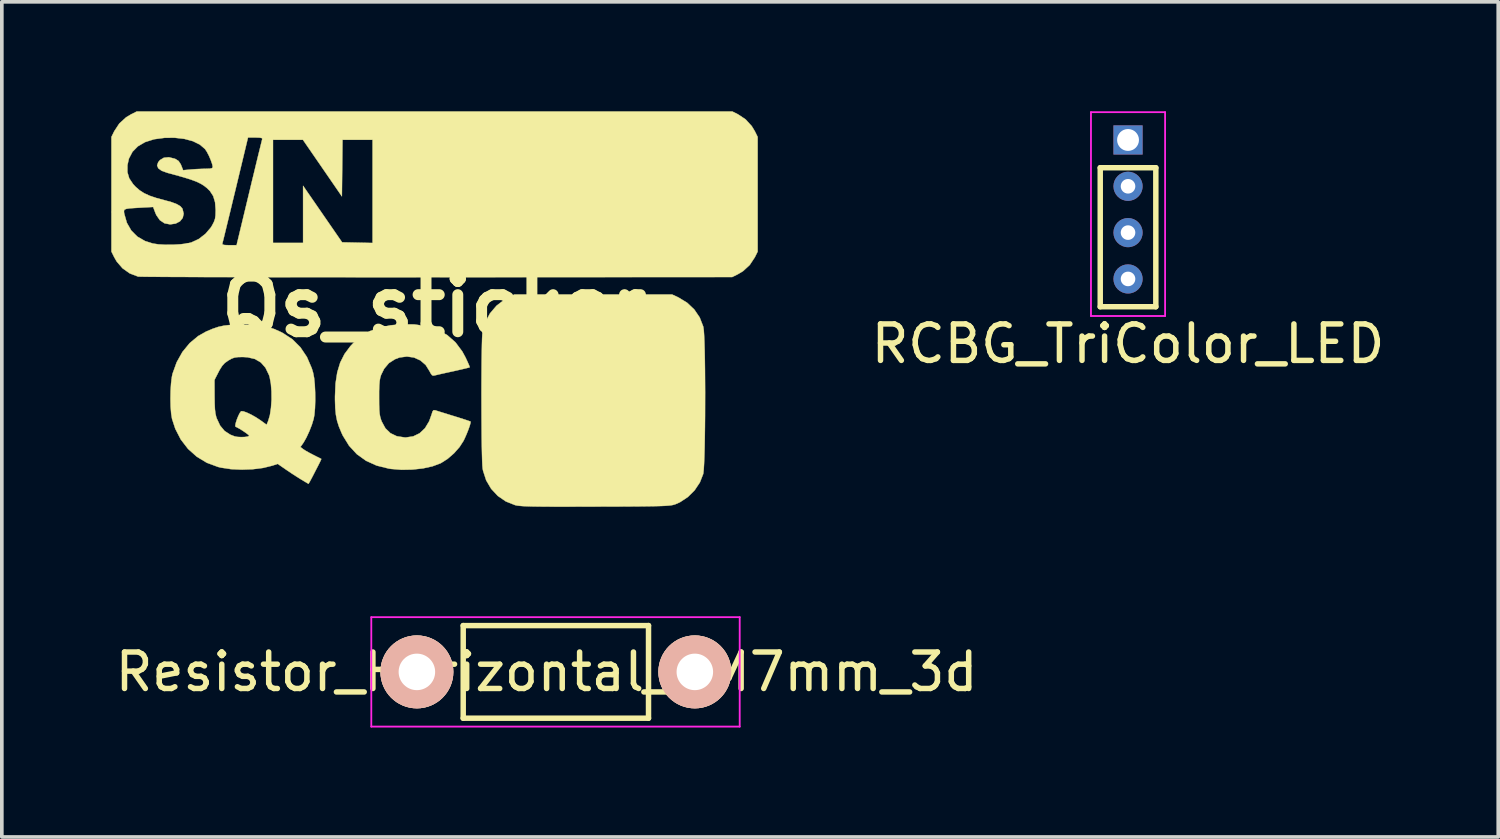
<source format=kicad_pcb>
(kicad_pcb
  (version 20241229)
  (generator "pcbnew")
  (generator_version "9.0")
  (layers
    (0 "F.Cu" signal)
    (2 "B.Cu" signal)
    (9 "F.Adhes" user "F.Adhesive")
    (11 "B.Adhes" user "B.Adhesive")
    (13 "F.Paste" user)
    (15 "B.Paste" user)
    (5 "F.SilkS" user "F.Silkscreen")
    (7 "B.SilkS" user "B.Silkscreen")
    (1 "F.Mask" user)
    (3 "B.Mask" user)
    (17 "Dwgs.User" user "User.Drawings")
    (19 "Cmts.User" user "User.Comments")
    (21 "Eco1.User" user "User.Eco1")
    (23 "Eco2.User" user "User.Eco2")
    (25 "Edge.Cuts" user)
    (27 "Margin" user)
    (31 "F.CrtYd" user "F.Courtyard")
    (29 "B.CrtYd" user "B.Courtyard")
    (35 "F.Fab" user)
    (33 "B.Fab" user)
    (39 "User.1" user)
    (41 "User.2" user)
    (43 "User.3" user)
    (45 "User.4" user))
  (footprint "Qs_sticker"
    (layer "F.Cu")
    (at 8.847 5.355)
    (property "Reference" "Qs_sticker" (at 0 0 0) (layer "F.SilkS") (effects (font (size 1.524 1.524) (thickness 0.3))))
    (attr through_hole)
    (fp_poly (pts (xy 6.705 -0.249) (xy 6.94 -0.106) (xy 7.136 0.079) (xy 7.285 0.298) (xy 7.38 0.542) (xy 7.386 0.567) (xy 7.397 0.646) (xy 7.406 0.78) (xy 7.414 0.963) (xy 7.421 1.188) (xy 7.426 1.446) (xy 7.43 1.732) (xy 7.432 2.037) (xy 7.434 2.354) (xy 7.433 2.676) (xy 7.432 2.996) (xy 7.429 3.306) (xy 7.425 3.6) (xy 7.42 3.87) (xy 7.413 4.108) (xy 7.405 4.308) (xy 7.396 4.462) (xy 7.386 4.563) (xy 7.381 4.589) (xy 7.29 4.821) (xy 7.147 5.035) (xy 6.962 5.219) (xy 6.746 5.362) (xy 6.62 5.418) (xy 6.584 5.43) (xy 6.544 5.44) (xy 6.493 5.449) (xy 6.427 5.456) (xy 6.342 5.462) (xy 6.231 5.467) (xy 6.09 5.471) (xy 5.915 5.474) (xy 5.7 5.477) (xy 5.441 5.479) (xy 5.131 5.481) (xy 4.767 5.482) (xy 4.429 5.483) (xy 4.008 5.484) (xy 3.646 5.485) (xy 3.337 5.485) (xy 3.078 5.484) (xy 2.863 5.482) (xy 2.688 5.479) (xy 2.547 5.475) (xy 2.437 5.47) (xy 2.352 5.463) (xy 2.288 5.456) (xy 2.239 5.446) (xy 2.223 5.442) (xy 1.971 5.342) (xy 1.751 5.191) (xy 1.569 4.996) (xy 1.432 4.764) (xy 1.347 4.503) (xy 1.335 4.441) (xy 1.328 4.365) (xy 1.322 4.233) (xy 1.317 4.053) (xy 1.312 3.832) (xy 1.308 3.578) (xy 1.306 3.299) (xy 1.304 3.001) (xy 1.303 2.692) (xy 1.302 2.381) (xy 1.303 2.074) (xy 1.305 1.779) (xy 1.307 1.504) (xy 1.311 1.256) (xy 1.315 1.042) (xy 1.32 0.871) (xy 1.326 0.75) (xy 1.332 0.693) (xy 1.406 0.429) (xy 1.535 0.188) (xy 1.713 -0.022) (xy 1.931 -0.19) (xy 2.018 -0.238) (xy 2.207 -0.333) (xy 6.525 -0.333) (xy 6.705 -0.249)) (stroke (width 0.01) (type solid)) (fill yes) (layer "F.SilkS"))
    (fp_poly (pts (xy -0.538 0.489) (xy -0.196 0.539) (xy 0.105 0.637) (xy 0.367 0.784) (xy 0.59 0.981) (xy 0.775 1.228) (xy 0.862 1.388) (xy 0.917 1.505) (xy 0.958 1.598) (xy 0.979 1.654) (xy 0.98 1.665) (xy 0.946 1.675) (xy 0.862 1.696) (xy 0.738 1.725) (xy 0.585 1.76) (xy 0.508 1.777) (xy 0.342 1.813) (xy 0.194 1.846) (xy 0.079 1.873) (xy 0.008 1.889) (xy -0.006 1.893) (xy -0.05 1.884) (xy -0.094 1.824) (xy -0.12 1.772) (xy -0.227 1.601) (xy -0.373 1.475) (xy -0.548 1.396) (xy -0.741 1.369) (xy -0.942 1.395) (xy -1.067 1.442) (xy -1.236 1.55) (xy -1.366 1.705) (xy -1.45 1.875) (xy -1.473 1.949) (xy -1.489 2.041) (xy -1.499 2.162) (xy -1.504 2.324) (xy -1.504 2.492) (xy -1.503 2.685) (xy -1.499 2.828) (xy -1.49 2.935) (xy -1.475 3.02) (xy -1.452 3.098) (xy -1.433 3.149) (xy -1.332 3.336) (xy -1.194 3.47) (xy -1.019 3.554) (xy -0.806 3.587) (xy -0.769 3.588) (xy -0.569 3.558) (xy -0.393 3.473) (xy -0.246 3.334) (xy -0.132 3.145) (xy -0.065 2.959) (xy -0.039 2.875) (xy -0.011 2.841) (xy 0.03 2.842) (xy 0.041 2.845) (xy 0.096 2.863) (xy 0.198 2.895) (xy 0.335 2.937) (xy 0.494 2.987) (xy 0.552 3.004) (xy 0.709 3.054) (xy 0.843 3.096) (xy 0.943 3.13) (xy 0.997 3.149) (xy 1.004 3.153) (xy 1.002 3.189) (xy 0.98 3.269) (xy 0.942 3.377) (xy 0.894 3.498) (xy 0.841 3.617) (xy 0.809 3.683) (xy 0.699 3.853) (xy 0.548 4.023) (xy 0.374 4.174) (xy 0.197 4.287) (xy 0.18 4.296) (xy -0.039 4.378) (xy -0.301 4.436) (xy -0.59 4.468) (xy -0.888 4.474) (xy -1.18 4.45) (xy -1.238 4.441) (xy -1.57 4.359) (xy -1.862 4.227) (xy -2.114 4.046) (xy -2.327 3.815) (xy -2.499 3.536) (xy -2.535 3.459) (xy -2.606 3.288) (xy -2.656 3.13) (xy -2.688 2.967) (xy -2.706 2.782) (xy -2.713 2.557) (xy -2.713 2.461) (xy -2.698 2.107) (xy -2.651 1.802) (xy -2.57 1.535) (xy -2.452 1.3) (xy -2.293 1.087) (xy -2.208 0.996) (xy -1.995 0.813) (xy -1.76 0.674) (xy -1.494 0.575) (xy -1.189 0.513) (xy -0.921 0.488) (xy -0.538 0.489)) (stroke (width 0.01) (type solid)) (fill yes) (layer "F.SilkS"))
    (fp_poly (pts (xy -4.962 0.5) (xy -4.746 0.52) (xy -4.559 0.556) (xy -4.383 0.614) (xy -4.202 0.695) (xy -4.143 0.725) (xy -3.881 0.897) (xy -3.661 1.117) (xy -3.483 1.382) (xy -3.35 1.691) (xy -3.314 1.81) (xy -3.286 1.953) (xy -3.267 2.14) (xy -3.257 2.354) (xy -3.255 2.575) (xy -3.262 2.786) (xy -3.278 2.967) (xy -3.299 3.08) (xy -3.348 3.241) (xy -3.417 3.417) (xy -3.495 3.586) (xy -3.572 3.723) (xy -3.591 3.751) (xy -3.661 3.85) (xy -3.585 3.908) (xy -3.518 3.952) (xy -3.415 4.01) (xy -3.302 4.069) (xy -3.201 4.12) (xy -3.124 4.158) (xy -3.089 4.176) (xy -3.088 4.176) (xy -3.099 4.204) (xy -3.132 4.274) (xy -3.182 4.373) (xy -3.242 4.489) (xy -3.303 4.608) (xy -3.36 4.717) (xy -3.406 4.803) (xy -3.434 4.851) (xy -3.439 4.858) (xy -3.467 4.843) (xy -3.535 4.803) (xy -3.628 4.747) (xy -3.635 4.743) (xy -3.757 4.667) (xy -3.902 4.573) (xy -4.04 4.48) (xy -4.055 4.47) (xy -4.283 4.312) (xy -4.436 4.362) (xy -4.684 4.423) (xy -4.97 4.459) (xy -5.272 4.47) (xy -5.569 4.456) (xy -5.839 4.415) (xy -5.921 4.395) (xy -6.228 4.281) (xy -6.504 4.114) (xy -6.743 3.9) (xy -6.941 3.643) (xy -7.092 3.349) (xy -7.18 3.08) (xy -7.204 2.934) (xy -7.219 2.745) (xy -7.224 2.531) (xy -7.22 2.311) (xy -7.207 2.104) (xy -7.195 2.01) (xy -6.017 2.01) (xy -6.015 2.457) (xy -6.012 2.66) (xy -6.005 2.813) (xy -5.991 2.929) (xy -5.97 3.022) (xy -5.956 3.064) (xy -5.863 3.262) (xy -5.742 3.408) (xy -5.583 3.512) (xy -5.461 3.559) (xy -5.383 3.573) (xy -5.285 3.578) (xy -5.187 3.575) (xy -5.108 3.564) (xy -5.068 3.546) (xy -5.067 3.54) (xy -5.093 3.511) (xy -5.157 3.462) (xy -5.242 3.404) (xy -5.332 3.348) (xy -5.408 3.307) (xy -5.44 3.293) (xy -5.447 3.261) (xy -5.433 3.19) (xy -5.404 3.097) (xy -5.366 3.002) (xy -5.326 2.921) (xy -5.291 2.873) (xy -5.283 2.868) (xy -5.226 2.872) (xy -5.132 2.905) (xy -5.013 2.961) (xy -4.885 3.033) (xy -4.762 3.113) (xy -4.747 3.124) (xy -4.588 3.239) (xy -4.545 3.136) (xy -4.498 2.978) (xy -4.468 2.778) (xy -4.452 2.554) (xy -4.454 2.325) (xy -4.471 2.111) (xy -4.505 1.93) (xy -4.523 1.875) (xy -4.619 1.676) (xy -4.747 1.531) (xy -4.91 1.436) (xy -5.114 1.389) (xy -5.241 1.382) (xy -5.374 1.385) (xy -5.468 1.398) (xy -5.548 1.427) (xy -5.638 1.478) (xy -5.734 1.546) (xy -5.807 1.626) (xy -5.877 1.738) (xy -5.905 1.792) (xy -6.017 2.01) (xy -7.195 2.01) (xy -7.185 1.928) (xy -7.167 1.841) (xy -7.053 1.525) (xy -6.895 1.243) (xy -6.697 1.002) (xy -6.463 0.807) (xy -6.249 0.686) (xy -6.073 0.611) (xy -5.914 0.557) (xy -5.754 0.522) (xy -5.577 0.502) (xy -5.363 0.494) (xy -5.223 0.494) (xy -4.962 0.5)) (stroke (width 0.01) (type solid)) (fill yes) (layer "F.SilkS"))
    (fp_poly (pts (xy 8.333 -5.272) (xy 8.543 -5.133) (xy 8.712 -4.948) (xy 8.796 -4.809) (xy 8.874 -4.651) (xy 8.874 -1.508) (xy 8.796 -1.351) (xy 8.657 -1.141) (xy 8.472 -0.971) (xy 8.333 -0.888) (xy 8.176 -0.81) (xy 0.079 -0.805) (xy -0.634 -0.804) (xy -1.332 -0.804) (xy -2.011 -0.804) (xy -2.668 -0.805) (xy -3.302 -0.805) (xy -3.908 -0.805) (xy -4.484 -0.806) (xy -5.029 -0.807) (xy -5.538 -0.808) (xy -6.009 -0.809) (xy -6.441 -0.81) (xy -6.828 -0.812) (xy -7.171 -0.813) (xy -7.464 -0.815) (xy -7.706 -0.816) (xy -7.895 -0.818) (xy -8.026 -0.82) (xy -8.099 -0.822) (xy -8.112 -0.823) (xy -8.34 -0.91) (xy -8.539 -1.051) (xy -8.699 -1.237) (xy -8.764 -1.351) (xy -8.842 -1.508) (xy -8.842 -2.593) (xy -8.498 -2.593) (xy -8.491 -2.547) (xy -8.419 -2.296) (xy -8.299 -2.086) (xy -8.132 -1.919) (xy -7.921 -1.797) (xy -7.71 -1.73) (xy -7.555 -1.706) (xy -7.363 -1.695) (xy -7.155 -1.696) (xy -6.951 -1.708) (xy -6.835 -1.722) (xy -5.803 -1.722) (xy -5.792 -1.7) (xy -5.735 -1.687) (xy -5.622 -1.683) (xy -5.614 -1.683) (xy -5.411 -1.683) (xy -5.066 -3.119) (xy -4.996 -3.412) (xy -4.929 -3.687) (xy -4.869 -3.937) (xy -4.816 -4.156) (xy -4.771 -4.337) (xy -4.737 -4.476) (xy -4.715 -4.564) (xy -4.713 -4.572) (xy -4.413 -4.572) (xy -4.413 -1.746) (xy -3.588 -1.746) (xy -3.588 -3.312) (xy -3.053 -2.537) (xy -2.518 -1.762) (xy -2.101 -1.753) (xy -1.683 -1.744) (xy -1.683 -4.572) (xy -2.095 -4.572) (xy -2.507 -4.572) (xy -2.524 -3.021) (xy -3.058 -3.797) (xy -3.592 -4.572) (xy -4.413 -4.572) (xy -4.713 -4.572) (xy -4.707 -4.596) (xy -4.717 -4.619) (xy -4.774 -4.631) (xy -4.886 -4.635) (xy -4.895 -4.636) (xy -5.098 -4.636) (xy -5.443 -3.199) (xy -5.514 -2.906) (xy -5.58 -2.631) (xy -5.641 -2.381) (xy -5.694 -2.163) (xy -5.738 -1.981) (xy -5.772 -1.843) (xy -5.795 -1.754) (xy -5.803 -1.722) (xy -6.835 -1.722) (xy -6.772 -1.73) (xy -6.652 -1.758) (xy -6.449 -1.852) (xy -6.264 -1.995) (xy -6.116 -2.169) (xy -6.083 -2.223) (xy -6.032 -2.321) (xy -6.002 -2.406) (xy -5.989 -2.502) (xy -5.985 -2.634) (xy -5.985 -2.651) (xy -6.001 -2.862) (xy -6.052 -3.031) (xy -6.143 -3.171) (xy -6.23 -3.255) (xy -6.304 -3.313) (xy -6.385 -3.364) (xy -6.483 -3.413) (xy -6.605 -3.461) (xy -6.76 -3.513) (xy -6.957 -3.571) (xy -7.204 -3.639) (xy -7.308 -3.667) (xy -7.464 -3.723) (xy -7.557 -3.791) (xy -7.59 -3.869) (xy -7.56 -3.958) (xy -7.51 -4.018) (xy -7.404 -4.081) (xy -7.267 -4.094) (xy -7.109 -4.055) (xy -7.093 -4.049) (xy -7.002 -3.992) (xy -6.941 -3.9) (xy -6.929 -3.87) (xy -6.877 -3.739) (xy -6.669 -3.758) (xy -6.518 -3.769) (xy -6.354 -3.776) (xy -6.263 -3.778) (xy -6.149 -3.782) (xy -6.087 -3.794) (xy -6.065 -3.819) (xy -6.064 -3.825) (xy -6.079 -3.903) (xy -6.118 -4.015) (xy -6.17 -4.137) (xy -6.228 -4.247) (xy -6.277 -4.32) (xy -6.418 -4.441) (xy -6.609 -4.535) (xy -6.843 -4.598) (xy -7.111 -4.629) (xy -7.38 -4.627) (xy -7.672 -4.588) (xy -7.918 -4.51) (xy -8.116 -4.395) (xy -8.265 -4.244) (xy -8.363 -4.057) (xy -8.403 -3.879) (xy -8.404 -3.685) (xy -8.354 -3.515) (xy -8.247 -3.356) (xy -8.178 -3.282) (xy -8.067 -3.186) (xy -7.943 -3.107) (xy -7.795 -3.039) (xy -7.609 -2.976) (xy -7.389 -2.917) (xy -7.19 -2.862) (xy -7.047 -2.807) (xy -6.952 -2.751) (xy -6.898 -2.688) (xy -6.893 -2.677) (xy -6.862 -2.547) (xy -6.888 -2.431) (xy -6.963 -2.338) (xy -7.081 -2.276) (xy -7.232 -2.254) (xy -7.386 -2.283) (xy -7.514 -2.369) (xy -7.611 -2.508) (xy -7.636 -2.565) (xy -7.699 -2.731) (xy -8.033 -2.713) (xy -8.217 -2.702) (xy -8.346 -2.693) (xy -8.43 -2.68) (xy -8.478 -2.661) (xy -8.497 -2.633) (xy -8.498 -2.593) (xy -8.842 -2.593) (xy -8.842 -4.651) (xy -8.764 -4.809) (xy -8.626 -5.019) (xy -8.441 -5.188) (xy -8.301 -5.272) (xy -8.144 -5.35) (xy 8.176 -5.35) (xy 8.333 -5.272)) (stroke (width 0.01) (type solid)) (fill yes) (layer "F.SilkS")))
  (footprint "RCBG_TriColor_LED"
    (layer "F.Cu")
    (at 27.875 0.787)
    (property "Reference" "RCBG_TriColor_LED" (at 0 5.588 0) (layer "F.SilkS") (effects (font (size 1 1) (thickness 0.15))))
    (attr through_hole)
    (fp_line (start -0.762 0.762) (end 0.762 0.762) (stroke (width 0.15) (type solid)) (layer "F.SilkS"))
    (fp_line (start -0.762 4.572) (end -0.762 0.762) (stroke (width 0.15) (type solid)) (layer "F.SilkS"))
    (fp_line (start -0.762 4.572) (end 0.762 4.572) (stroke (width 0.15) (type solid)) (layer "F.SilkS"))
    (fp_line (start 0.762 0.762) (end 0.762 4.572) (stroke (width 0.15) (type solid)) (layer "F.SilkS"))
    (fp_line (start -1.016 -0.762) (end 1.016 -0.762) (stroke (width 0.05) (type solid)) (layer "F.CrtYd"))
    (fp_line (start -1.016 4.826) (end -1.016 -0.762) (stroke (width 0.05) (type solid)) (layer "F.CrtYd"))
    (fp_line (start 1.016 -0.762) (end 1.016 4.826) (stroke (width 0.05) (type solid)) (layer "F.CrtYd"))
    (fp_line (start 1.016 4.826) (end -1.016 4.826) (stroke (width 0.05) (type solid)) (layer "F.CrtYd"))
    (pad "1" thru_hole rect (at 0 0) (size 0.8 0.8) (drill 0.6) (layers "*.Cu" "*.Mask"))
    (pad "2" thru_hole circle (at 0 1.27) (size 0.8 0.8) (drill 0.4) (layers "*.Cu" "*.Mask"))
    (pad "3" thru_hole circle (at 0 2.54) (size 0.8 0.8) (drill 0.4) (layers "*.Cu" "*.Mask"))
    (pad "4" thru_hole circle (at 0 3.81) (size 0.8 0.8) (drill 0.4) (layers "*.Cu" "*.Mask")))
  (footprint "Resistor_Horizontal_RM7mm_3d"
    (layer "F.Cu")
    (at 8.379 15.37)
    (property "Reference" "Resistor_Horizontal_RM7mm_3d" (at 3.556 0 0) (layer "F.SilkS") (effects (font (size 1 1) (thickness 0.15))))
    (attr through_hole)
    (fp_line (start 1.27 -1.27) (end 6.35 -1.27) (stroke (width 0.15) (type solid)) (layer "F.SilkS"))
    (fp_line (start 1.27 1.27) (end 1.27 -1.27) (stroke (width 0.15) (type solid)) (layer "F.SilkS"))
    (fp_line (start 6.35 -1.27) (end 6.35 1.27) (stroke (width 0.15) (type solid)) (layer "F.SilkS"))
    (fp_line (start 6.35 1.27) (end 1.27 1.27) (stroke (width 0.15) (type solid)) (layer "F.SilkS"))
    (fp_line (start -1.25 -1.5) (end 8.85 -1.5) (stroke (width 0.05) (type solid)) (layer "F.CrtYd"))
    (fp_line (start -1.25 1.5) (end -1.25 -1.5) (stroke (width 0.05) (type solid)) (layer "F.CrtYd"))
    (fp_line (start -1.25 1.5) (end 8.85 1.5) (stroke (width 0.05) (type solid)) (layer "F.CrtYd"))
    (fp_line (start 8.85 -1.5) (end 8.85 1.5) (stroke (width 0.05) (type solid)) (layer "F.CrtYd"))
    (pad "1" thru_hole circle (at 0 0) (size 1.999 1.999) (drill 1.001) (layers "*.Cu" "*.SilkS" "*.Mask"))
    (pad "2" thru_hole circle (at 7.62 0) (size 1.999 1.999) (drill 1.001) (layers "*.Cu" "*.SilkS" "*.Mask")))
  (gr_rect
    (start -3 -3)
    (end 38.024 19.895)
    (stroke (width 0.1) (type default))
    (fill no)
    (layer "Edge.Cuts")))
</source>
